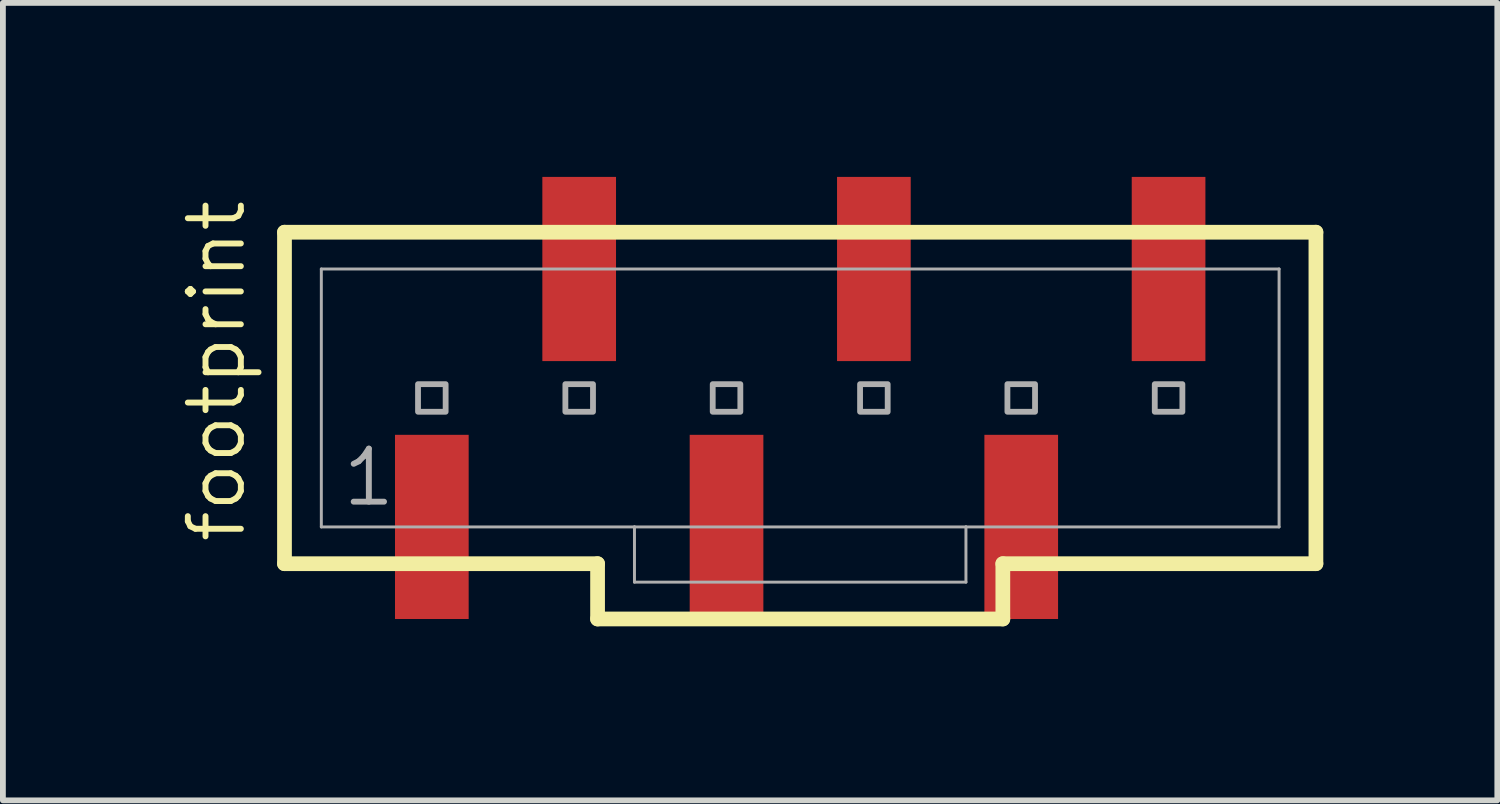
<source format=kicad_pcb>
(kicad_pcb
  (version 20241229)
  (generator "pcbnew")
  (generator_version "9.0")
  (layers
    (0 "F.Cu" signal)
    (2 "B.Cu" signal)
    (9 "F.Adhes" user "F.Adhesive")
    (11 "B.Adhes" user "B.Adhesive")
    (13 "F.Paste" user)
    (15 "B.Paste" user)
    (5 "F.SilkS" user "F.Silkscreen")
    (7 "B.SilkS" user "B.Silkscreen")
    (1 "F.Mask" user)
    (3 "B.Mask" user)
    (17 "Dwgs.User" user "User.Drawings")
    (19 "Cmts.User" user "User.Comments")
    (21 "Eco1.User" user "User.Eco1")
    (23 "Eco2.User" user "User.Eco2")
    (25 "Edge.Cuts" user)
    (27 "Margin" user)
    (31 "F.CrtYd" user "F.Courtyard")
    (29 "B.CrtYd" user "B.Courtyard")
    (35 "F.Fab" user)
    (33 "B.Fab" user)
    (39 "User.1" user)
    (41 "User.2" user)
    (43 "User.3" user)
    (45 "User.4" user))
  (footprint "footprint"
    (layer "F.Cu")
    (at 10.744 3.81)
    (property "Reference" "footprint" (at -9.525 2.54 90) (layer "F.SilkS") (effects (font (size 0.914 0.914) (thickness 0.102)) (justify left bottom)))
    (fp_line (start -8.89 -2.857) (end -8.89 2.857) (stroke (width 0.254) (type solid)) (layer "F.SilkS"))
    (fp_line (start -8.89 2.857) (end -3.493 2.857) (stroke (width 0.254) (type solid)) (layer "F.SilkS"))
    (fp_line (start -3.493 2.857) (end -3.493 3.81) (stroke (width 0.254) (type solid)) (layer "F.SilkS"))
    (fp_line (start -3.493 3.81) (end 3.493 3.81) (stroke (width 0.254) (type solid)) (layer "F.SilkS"))
    (fp_line (start 3.493 2.857) (end 8.89 2.857) (stroke (width 0.254) (type solid)) (layer "F.SilkS"))
    (fp_line (start 3.493 3.81) (end 3.493 2.857) (stroke (width 0.254) (type solid)) (layer "F.SilkS"))
    (fp_line (start 8.89 -2.857) (end -8.89 -2.857) (stroke (width 0.254) (type solid)) (layer "F.SilkS"))
    (fp_line (start 8.89 2.857) (end 8.89 -2.857) (stroke (width 0.254) (type solid)) (layer "F.SilkS"))
    (fp_line (start -8.255 -2.223) (end -8.255 2.223) (stroke (width 0.051) (type solid)) (layer "F.Fab"))
    (fp_line (start -8.255 -2.223) (end 8.255 -2.223) (stroke (width 0.051) (type solid)) (layer "F.Fab"))
    (fp_line (start -8.255 2.223) (end -2.857 2.223) (stroke (width 0.051) (type solid)) (layer "F.Fab"))
    (fp_line (start -2.857 2.223) (end -2.857 3.175) (stroke (width 0.051) (type solid)) (layer "F.Fab"))
    (fp_line (start -2.857 2.223) (end 2.857 2.223) (stroke (width 0.051) (type solid)) (layer "F.Fab"))
    (fp_line (start 2.857 2.223) (end 2.857 3.175) (stroke (width 0.051) (type solid)) (layer "F.Fab"))
    (fp_line (start 2.857 2.223) (end 8.255 2.223) (stroke (width 0.051) (type solid)) (layer "F.Fab"))
    (fp_line (start 2.857 3.175) (end -2.857 3.175) (stroke (width 0.051) (type solid)) (layer "F.Fab"))
    (fp_line (start 8.255 -2.223) (end 8.255 2.223) (stroke (width 0.051) (type solid)) (layer "F.Fab"))
    (fp_poly (pts (xy -6.588 0.238) (xy -6.112 0.238) (xy -6.112 -0.238) (xy -6.588 -0.238)) (stroke (width 0.1) (type solid)) (fill no) (layer "F.Fab"))
    (fp_poly (pts (xy -4.048 0.238) (xy -3.572 0.238) (xy -3.572 -0.238) (xy -4.048 -0.238)) (stroke (width 0.1) (type solid)) (fill no) (layer "F.Fab"))
    (fp_poly (pts (xy -1.508 0.238) (xy -1.032 0.238) (xy -1.032 -0.238) (xy -1.508 -0.238)) (stroke (width 0.1) (type solid)) (fill no) (layer "F.Fab"))
    (fp_poly (pts (xy 1.032 0.238) (xy 1.508 0.238) (xy 1.508 -0.238) (xy 1.032 -0.238)) (stroke (width 0.1) (type solid)) (fill no) (layer "F.Fab"))
    (fp_poly (pts (xy 3.572 0.238) (xy 4.048 0.238) (xy 4.048 -0.238) (xy 3.572 -0.238)) (stroke (width 0.1) (type solid)) (fill no) (layer "F.Fab"))
    (fp_poly (pts (xy 6.112 0.238) (xy 6.588 0.238) (xy 6.588 -0.238) (xy 6.112 -0.238)) (stroke (width 0.1) (type solid)) (fill no) (layer "F.Fab"))
    (fp_text user "1" (at -7.938 1.905 0) (layer "F.Fab") (effects (font (size 0.914 0.914) (thickness 0.102)) (justify left bottom)))
    (pad "1" smd rect (at -6.35 2.223 270) (size 3.175 1.27) (layers "F.Cu" "F.Mask" "F.Paste"))
    (pad "2" smd rect (at -3.81 -2.223 270) (size 3.175 1.27) (layers "F.Cu" "F.Mask" "F.Paste"))
    (pad "3" smd rect (at -1.27 2.223 270) (size 3.175 1.27) (layers "F.Cu" "F.Mask" "F.Paste"))
    (pad "4" smd rect (at 1.27 -2.223 270) (size 3.175 1.27) (layers "F.Cu" "F.Mask" "F.Paste"))
    (pad "5" smd rect (at 3.81 2.223 270) (size 3.175 1.27) (layers "F.Cu" "F.Mask" "F.Paste"))
    (pad "6" smd rect (at 6.35 -2.223 270) (size 3.175 1.27) (layers "F.Cu" "F.Mask" "F.Paste")))
  (gr_rect
    (start -3 -3)
    (end 22.761 10.747)
    (stroke (width 0.1) (type default))
    (fill no)
    (layer "Edge.Cuts")))
</source>
